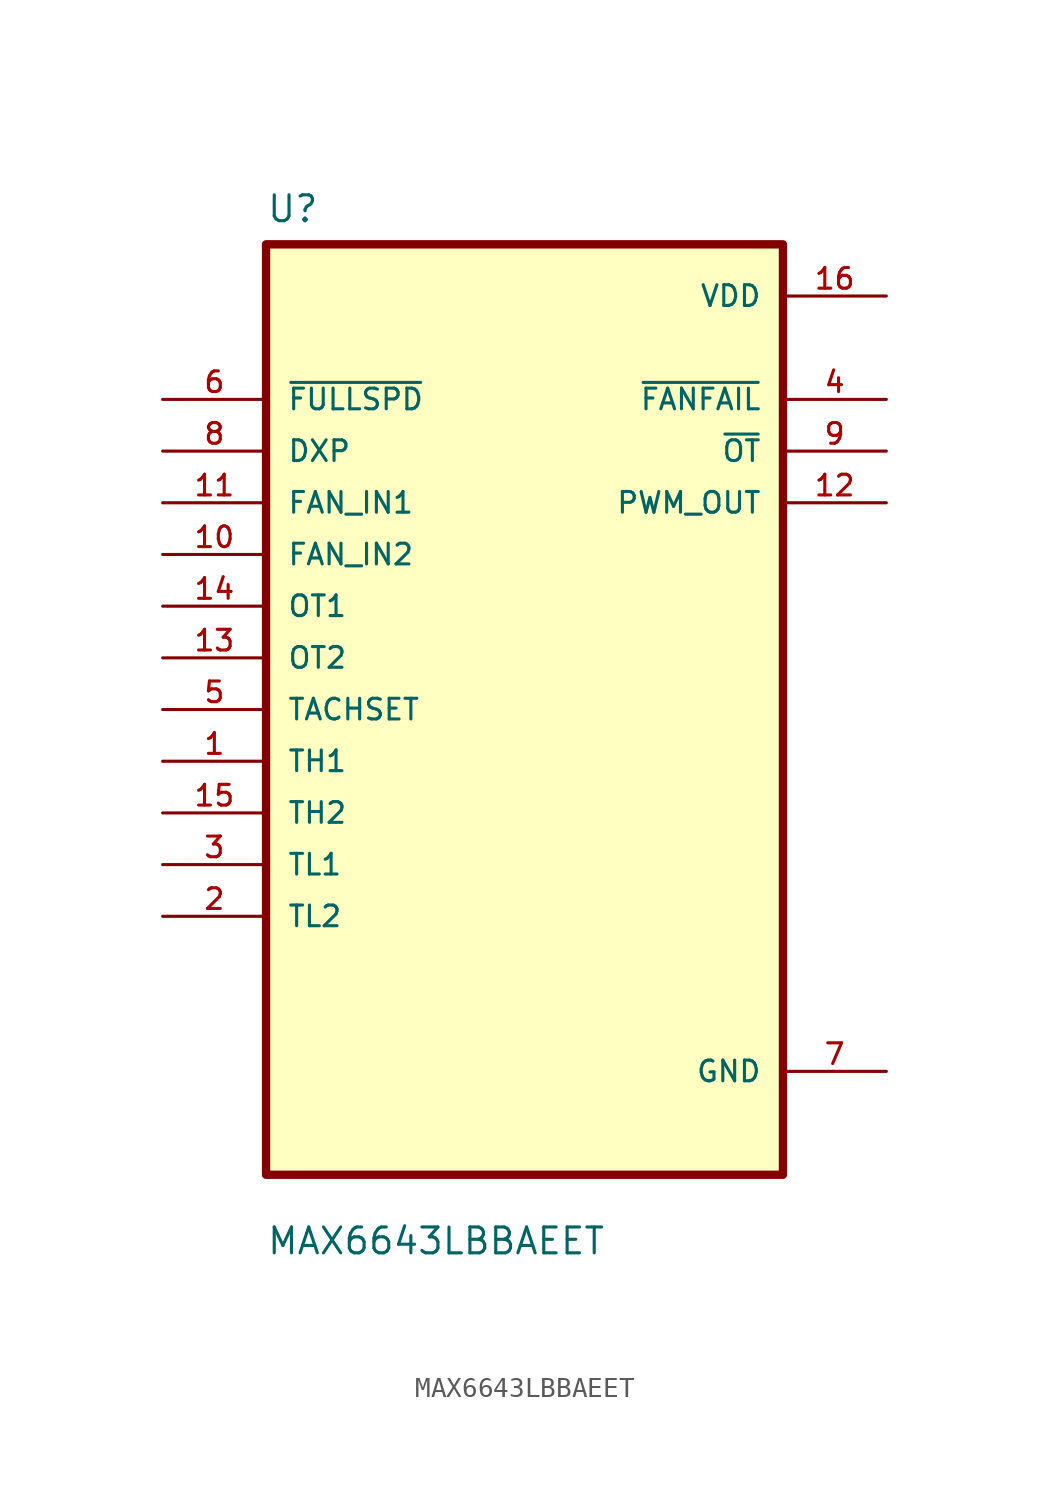
<source format=kicad_sym>
(kicad_symbol_lib
  (version 20211014)
  (generator kicad_symbol_editor)
  (symbol "MAX6643LBBAEET"
    (pin_names
      (offset 1.016))
    (property "Reference" "U"
      (at -12.7 23.86 0.0)
      (effects (font (size 1.27 1.27)) (justify bottom left)))
    (property "Value" "MAX6643LBBAEET"
      (at -12.7 -26.86 0.0)
      (effects (font (size 1.27 1.27)) (justify bottom left)))
    (symbol "MAX6643LBBAEET_0_0"
      (rectangle (start -12.7 -22.86) (end 12.7 22.86) (stroke (width 0.41)) (fill (type background)))
      (pin input line (at -17.78 15.24 0) (length 5.08) (name "~{FULLSPD}" (effects (font (size 1.016 1.016)))) (number "6" (effects (font (size 1.016 1.016)))))
      (pin input line (at -17.78 12.7 0) (length 5.08) (name "DXP" (effects (font (size 1.016 1.016)))) (number "8" (effects (font (size 1.016 1.016)))))
      (pin input line (at -17.78 10.16 0) (length 5.08) (name "FAN_IN1" (effects (font (size 1.016 1.016)))) (number "11" (effects (font (size 1.016 1.016)))))
      (pin input line (at -17.78 7.62 0) (length 5.08) (name "FAN_IN2" (effects (font (size 1.016 1.016)))) (number "10" (effects (font (size 1.016 1.016)))))
      (pin input line (at -17.78 5.08 0) (length 5.08) (name "OT1" (effects (font (size 1.016 1.016)))) (number "14" (effects (font (size 1.016 1.016)))))
      (pin input line (at -17.78 2.54 0) (length 5.08) (name "OT2" (effects (font (size 1.016 1.016)))) (number "13" (effects (font (size 1.016 1.016)))))
      (pin input line (at -17.78 3.55271e-15 0) (length 5.08) (name "TACHSET" (effects (font (size 1.016 1.016)))) (number "5" (effects (font (size 1.016 1.016)))))
      (pin input line (at -17.78 -2.54 0) (length 5.08) (name "TH1" (effects (font (size 1.016 1.016)))) (number "1" (effects (font (size 1.016 1.016)))))
      (pin input line (at -17.78 -5.08 0) (length 5.08) (name "TH2" (effects (font (size 1.016 1.016)))) (number "15" (effects (font (size 1.016 1.016)))))
      (pin input line (at -17.78 -7.62 0) (length 5.08) (name "TL1" (effects (font (size 1.016 1.016)))) (number "3" (effects (font (size 1.016 1.016)))))
      (pin input line (at -17.78 -10.16 0) (length 5.08) (name "TL2" (effects (font (size 1.016 1.016)))) (number "2" (effects (font (size 1.016 1.016)))))
      (pin power_in line (at 17.78 20.32 180.0) (length 5.08) (name "VDD" (effects (font (size 1.016 1.016)))) (number "16" (effects (font (size 1.016 1.016)))))
      (pin output line (at 17.78 15.24 180.0) (length 5.08) (name "~{FANFAIL}" (effects (font (size 1.016 1.016)))) (number "4" (effects (font (size 1.016 1.016)))))
      (pin output line (at 17.78 12.7 180.0) (length 5.08) (name "~{OT}" (effects (font (size 1.016 1.016)))) (number "9" (effects (font (size 1.016 1.016)))))
      (pin output line (at 17.78 10.16 180.0) (length 5.08) (name "PWM_OUT" (effects (font (size 1.016 1.016)))) (number "12" (effects (font (size 1.016 1.016)))))
      (pin power_in line (at 17.78 -17.78 180.0) (length 5.08) (name "GND" (effects (font (size 1.016 1.016)))) (number "7" (effects (font (size 1.016 1.016))))))))
</source>
